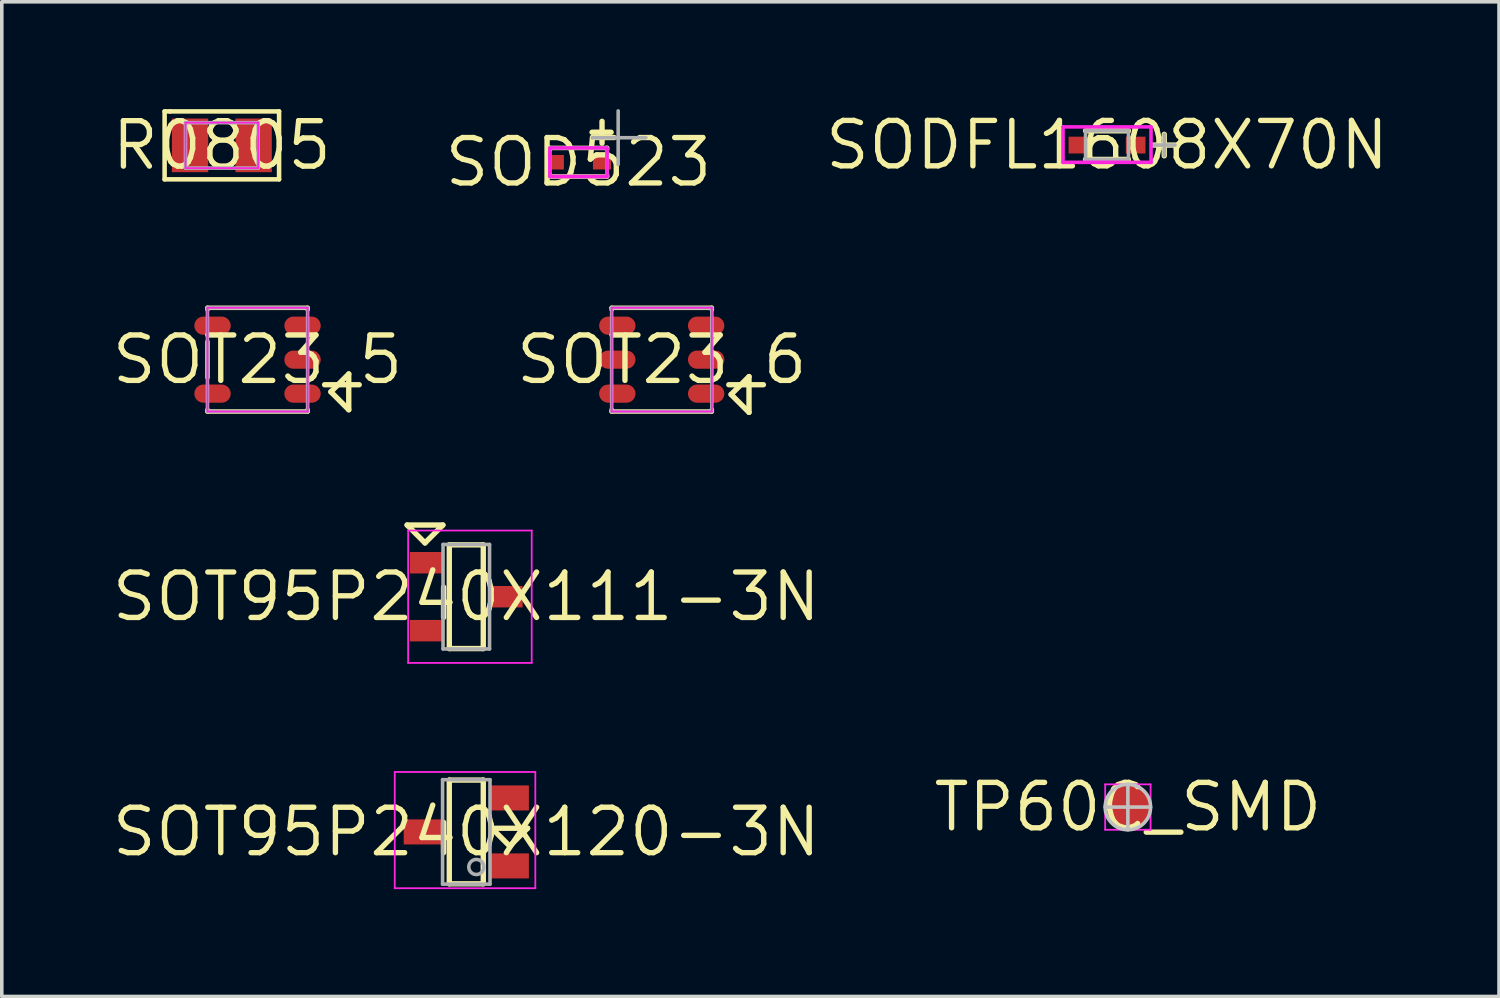
<source format=kicad_pcb>
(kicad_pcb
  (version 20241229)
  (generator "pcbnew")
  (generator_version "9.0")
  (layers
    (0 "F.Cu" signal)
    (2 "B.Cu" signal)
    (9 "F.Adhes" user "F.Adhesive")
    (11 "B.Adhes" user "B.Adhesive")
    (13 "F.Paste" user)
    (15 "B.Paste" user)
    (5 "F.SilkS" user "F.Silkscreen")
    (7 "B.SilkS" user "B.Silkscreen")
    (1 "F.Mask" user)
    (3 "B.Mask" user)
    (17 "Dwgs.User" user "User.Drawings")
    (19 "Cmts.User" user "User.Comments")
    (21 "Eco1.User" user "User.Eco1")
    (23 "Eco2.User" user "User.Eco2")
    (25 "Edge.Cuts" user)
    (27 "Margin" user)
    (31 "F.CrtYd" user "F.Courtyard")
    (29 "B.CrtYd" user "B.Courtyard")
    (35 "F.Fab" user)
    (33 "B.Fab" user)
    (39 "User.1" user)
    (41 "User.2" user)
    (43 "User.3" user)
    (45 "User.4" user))
  (footprint "SOT95P240X120-3N"
    (layer "F.Cu")
    (at 9.986 20.208)
    (property "Reference" "SOT95P240X120-3N" (at 0 0 180) (layer "F.SilkS") (effects (font (size 1.27 1.27) (thickness 0.15))))
    (fp_line (start -0.475 -1.45) (end 0.475 -1.45) (stroke (width 0.15) (type solid)) (layer "F.SilkS"))
    (fp_line (start -0.475 1.45) (end -0.475 -1.45) (stroke (width 0.15) (type solid)) (layer "F.SilkS"))
    (fp_line (start 0.475 -1.45) (end 0.475 1.45) (stroke (width 0.15) (type solid)) (layer "F.SilkS"))
    (fp_line (start 0.475 1.45) (end -0.475 1.45) (stroke (width 0.15) (type solid)) (layer "F.SilkS"))
    (fp_line (start 0.714 -0.102) (end 1.214 0.398) (stroke (width 0.15) (type solid)) (layer "F.SilkS"))
    (fp_line (start 1.214 0.398) (end 1.714 -0.102) (stroke (width 0.15) (type solid)) (layer "F.SilkS"))
    (fp_line (start 1.714 -0.102) (end 0.714 -0.102) (stroke (width 0.15) (type solid)) (layer "F.SilkS"))
    (fp_line (start -2 -1.676) (end 1.93 -1.676) (stroke (width 0.05) (type solid)) (layer "F.CrtYd"))
    (fp_line (start -2 1.575) (end -2 -1.676) (stroke (width 0.05) (type solid)) (layer "F.CrtYd"))
    (fp_line (start 1.93 -1.676) (end 1.93 1.575) (stroke (width 0.05) (type solid)) (layer "F.CrtYd"))
    (fp_line (start 1.93 1.575) (end -2 1.575) (stroke (width 0.05) (type solid)) (layer "F.CrtYd"))
    (fp_line (start -0.663 -1.46) (end 0.663 -1.46) (stroke (width 0.1) (type solid)) (layer "F.Fab"))
    (fp_line (start -0.663 1.46) (end -0.663 -1.46) (stroke (width 0.1) (type solid)) (layer "F.Fab"))
    (fp_line (start 0.663 -1.46) (end 0.663 1.46) (stroke (width 0.1) (type solid)) (layer "F.Fab"))
    (fp_line (start 0.663 1.46) (end -0.663 1.46) (stroke (width 0.1) (type solid)) (layer "F.Fab"))
    (fp_arc (start 0.069748 0.980008) (mid 0.490252 0.979992) (end 0.069748 0.980008) (stroke (width 0.1) (type solid)) (layer "F.Fab"))
    (pad "1" smd rect (at 1.2 0.95) (size 1.1 0.7) (layers "F.Cu" "F.Mask" "F.Paste"))
    (pad "2" smd rect (at 1.2 -0.95) (size 1.1 0.7) (layers "F.Cu" "F.Mask" "F.Paste"))
    (pad "3" smd rect (at -1.2 0) (size 1.1 0.7) (layers "F.Cu" "F.Mask" "F.Paste")))
  (footprint "SOD523"
    (layer "F.Cu")
    (at 13.121 1.485)
    (property "Reference" "SOD523" (at 0 0 180) (layer "F.SilkS") (effects (font (size 1.27 1.27) (thickness 0.15))))
    (fp_line (start -0.8 -0.4) (end -0.8 -0.35) (stroke (width 0.127) (type solid)) (layer "F.SilkS"))
    (fp_line (start -0.8 0.4) (end -0.8 0.35) (stroke (width 0.127) (type solid)) (layer "F.SilkS"))
    (fp_line (start 0.66 -1.143) (end 0.66 -0.533) (stroke (width 0.15) (type solid)) (layer "F.SilkS"))
    (fp_line (start 0.8 -0.4) (end -0.8 -0.4) (stroke (width 0.127) (type solid)) (layer "F.SilkS"))
    (fp_line (start 0.8 -0.35) (end 0.8 -0.4) (stroke (width 0.127) (type solid)) (layer "F.SilkS"))
    (fp_line (start 0.8 0.35) (end 0.8 0.4) (stroke (width 0.127) (type solid)) (layer "F.SilkS"))
    (fp_line (start 0.8 0.4) (end -0.8 0.4) (stroke (width 0.127) (type solid)) (layer "F.SilkS"))
    (fp_line (start 0.914 -0.838) (end 0.381 -0.838) (stroke (width 0.15) (type solid)) (layer "F.SilkS"))
    (fp_rect (start 0.8 -0.4) (end -0.8 0.4) (stroke (width 0.1) (type solid)) (fill no) (layer "F.CrtYd"))
    (fp_line (start -0.8 -0.4) (end -0.8 0.4) (stroke (width 0.1) (type solid)) (layer "F.Fab"))
    (fp_line (start -0.8 0.4) (end 0.8 0.4) (stroke (width 0.1) (type solid)) (layer "F.Fab"))
    (fp_line (start 0.8 -0.4) (end -0.8 -0.4) (stroke (width 0.1) (type solid)) (layer "F.Fab"))
    (fp_line (start 0.8 0.4) (end 0.8 -0.4) (stroke (width 0.1) (type solid)) (layer "F.Fab"))
    (fp_line (start 1.111 -1.435) (end 1.111 0.065) (stroke (width 0.1) (type solid)) (layer "F.Fab"))
    (fp_line (start 1.886 -0.685) (end 0.386 -0.685) (stroke (width 0.1) (type solid)) (layer "F.Fab"))
    (pad "1" smd rect (at 0.66 0 270) (size 0.406 0.508) (layers "F.Cu" "F.Mask" "F.Paste"))
    (pad "2" smd rect (at -0.66 0 90) (size 0.406 0.508) (layers "F.Cu" "F.Mask" "F.Paste")))
  (footprint "TP60C_SMD"
    (layer "F.Cu")
    (at 28.482 19.513)
    (property "Reference" "TP60C_SMD" (at 0 0 180) (layer "F.SilkS") (effects (font (size 1.27 1.27) (thickness 0.15))))
    (fp_line (start 0 0.635) (end 0 -0.635) (stroke (width 0.1) (type solid)) (layer "Dwgs.User"))
    (fp_line (start 0.635 0) (end -0.635 0) (stroke (width 0.1) (type solid)) (layer "Dwgs.User"))
    (fp_arc (start 0 -0.635) (mid 0 0.635) (end 0 -0.635) (stroke (width 0.1) (type solid)) (layer "Dwgs.User"))
    (fp_line (start -0.635 -0.635) (end 0.635 -0.635) (stroke (width 0.05) (type solid)) (layer "F.CrtYd"))
    (fp_line (start -0.635 0.635) (end -0.635 -0.635) (stroke (width 0.05) (type solid)) (layer "F.CrtYd"))
    (fp_line (start 0.635 -0.635) (end 0.635 0.635) (stroke (width 0.05) (type solid)) (layer "F.CrtYd"))
    (fp_line (start 0.635 0.635) (end -0.635 0.635) (stroke (width 0.05) (type solid)) (layer "F.CrtYd"))
    (pad "1" smd circle (at 0 0) (size 1.27 1.27) (layers "F.Cu" "F.Mask" "F.Paste")))
  (footprint "R0805"
    (layer "F.Cu")
    (at 3.152 1.014)
    (property "Reference" "R0805" (at 0 0 0) (layer "F.SilkS") (effects (font (size 1.27 1.27) (thickness 0.15))))
    (fp_line (start -1.6 -0.95) (end -1.45 -0.95) (stroke (width 0.127) (type solid)) (layer "F.SilkS"))
    (fp_line (start -1.6 0.95) (end -1.6 -0.95) (stroke (width 0.127) (type solid)) (layer "F.SilkS"))
    (fp_line (start -1.45 -0.95) (end 1.6 -0.95) (stroke (width 0.127) (type solid)) (layer "F.SilkS"))
    (fp_line (start 1.6 -0.95) (end 1.6 0.95) (stroke (width 0.127) (type solid)) (layer "F.SilkS"))
    (fp_line (start 1.6 0.95) (end -1.6 0.95) (stroke (width 0.127) (type solid)) (layer "F.SilkS"))
    (fp_line (start -1.016 -0.635) (end 1.016 -0.635) (stroke (width 0.05) (type solid)) (layer "F.CrtYd"))
    (fp_line (start -1.016 0.635) (end -1.016 -0.635) (stroke (width 0.05) (type solid)) (layer "F.CrtYd"))
    (fp_line (start 1.016 -0.635) (end 1.016 0.635) (stroke (width 0.05) (type solid)) (layer "F.CrtYd"))
    (fp_line (start 1.016 0.635) (end -1.016 0.635) (stroke (width 0.05) (type solid)) (layer "F.CrtYd"))
    (fp_line (start -1.016 -0.635) (end 1.016 -0.635) (stroke (width 0.1) (type solid)) (layer "F.Fab"))
    (fp_line (start -1.016 0.635) (end -1.016 -0.635) (stroke (width 0.1) (type solid)) (layer "F.Fab"))
    (fp_line (start 1.016 -0.635) (end 1.016 0.635) (stroke (width 0.1) (type solid)) (layer "F.Fab"))
    (fp_line (start 1.016 0.635) (end -1.016 0.635) (stroke (width 0.1) (type solid)) (layer "F.Fab"))
    (pad "1" smd rect (at -0.889 0) (size 1.016 1.499) (layers "F.Cu" "F.Mask" "F.Paste"))
    (pad "2" smd rect (at 0.889 0 180) (size 1.016 1.499) (layers "F.Cu" "F.Mask" "F.Paste")))
  (footprint "SOT23_6"
    (layer "F.Cu")
    (at 15.45 7.005)
    (property "Reference" "SOT23_6" (at 0 0 0) (layer "F.SilkS") (effects (font (size 1.27 1.27) (thickness 0.15))))
    (fp_line (start -1.4 -1.45) (end -1.4 -1.4) (stroke (width 0.127) (type solid)) (layer "F.SilkS"))
    (fp_line (start -1.4 1.45) (end -1.4 1.4) (stroke (width 0.127) (type solid)) (layer "F.SilkS"))
    (fp_line (start 1.4 -1.45) (end -1.4 -1.45) (stroke (width 0.127) (type solid)) (layer "F.SilkS"))
    (fp_line (start 1.4 -1.4) (end 1.4 -1.45) (stroke (width 0.127) (type solid)) (layer "F.SilkS"))
    (fp_line (start 1.4 1.4) (end 1.4 1.45) (stroke (width 0.127) (type solid)) (layer "F.SilkS"))
    (fp_line (start 1.4 1.45) (end -1.4 1.45) (stroke (width 0.127) (type solid)) (layer "F.SilkS"))
    (fp_line (start 1.94 0.973) (end 2.44 1.473) (stroke (width 0.15) (type solid)) (layer "F.SilkS"))
    (fp_line (start 2.44 0.473) (end 1.94 0.973) (stroke (width 0.15) (type solid)) (layer "F.SilkS"))
    (fp_line (start 2.44 1.473) (end 2.44 0.473) (stroke (width 0.15) (type solid)) (layer "F.SilkS"))
    (fp_line (start -1.4 -1.45) (end -1.4 1.45) (stroke (width 0.05) (type solid)) (layer "F.CrtYd"))
    (fp_line (start -1.4 1.45) (end 1.4 1.45) (stroke (width 0.05) (type solid)) (layer "F.CrtYd"))
    (fp_line (start 1.4 -1.45) (end -1.4 -1.45) (stroke (width 0.05) (type solid)) (layer "F.CrtYd"))
    (fp_line (start 1.4 1.45) (end 1.4 -1.45) (stroke (width 0.05) (type solid)) (layer "F.CrtYd"))
    (fp_line (start -1.4 -1.45) (end -1.4 1.45) (stroke (width 0.1) (type solid)) (layer "F.Fab"))
    (fp_line (start -1.4 1.45) (end 1.4 1.45) (stroke (width 0.1) (type solid)) (layer "F.Fab"))
    (fp_line (start 1.4 -1.45) (end -1.4 -1.45) (stroke (width 0.1) (type solid)) (layer "F.Fab"))
    (fp_line (start 1.4 1.45) (end 1.4 -1.45) (stroke (width 0.1) (type solid)) (layer "F.Fab"))
    (pad "1" smd oval (at 1.242 0.95 90) (size 0.508 1.016) (layers "F.Cu" "F.Mask" "F.Paste"))
    (pad "2" smd oval (at 1.242 0 90) (size 0.508 1.016) (layers "F.Cu" "F.Mask" "F.Paste"))
    (pad "3" smd oval (at 1.242 -0.95 90) (size 0.508 1.016) (layers "F.Cu" "F.Mask" "F.Paste"))
    (pad "4" smd oval (at -1.242 -0.95 270) (size 0.508 1.016) (layers "F.Cu" "F.Mask" "F.Paste"))
    (pad "5" smd oval (at -1.242 0 270) (size 0.508 1.016) (layers "F.Cu" "F.Mask" "F.Paste"))
    (pad "6" smd oval (at -1.242 0.95 270) (size 0.508 1.016) (layers "F.Cu" "F.Mask" "F.Paste")))
  (footprint "SOT95P240X111-3N"
    (layer "F.Cu")
    (at 9.986 13.632)
    (property "Reference" "SOT95P240X111-3N" (at 0 0 0) (layer "F.SilkS") (effects (font (size 1.27 1.27) (thickness 0.15))))
    (fp_line (start -1.654 -2.004) (end -1.154 -1.504) (stroke (width 0.15) (type solid)) (layer "F.SilkS"))
    (fp_line (start -1.154 -1.504) (end -0.654 -2.004) (stroke (width 0.15) (type solid)) (layer "F.SilkS"))
    (fp_line (start -0.654 -2.004) (end -1.654 -2.004) (stroke (width 0.15) (type solid)) (layer "F.SilkS"))
    (fp_line (start -0.475 -1.45) (end 0.475 -1.45) (stroke (width 0.15) (type solid)) (layer "F.SilkS"))
    (fp_line (start -0.475 1.45) (end -0.475 -1.45) (stroke (width 0.15) (type solid)) (layer "F.SilkS"))
    (fp_line (start 0.475 -1.45) (end 0.475 1.45) (stroke (width 0.15) (type solid)) (layer "F.SilkS"))
    (fp_line (start 0.475 1.45) (end -0.475 1.45) (stroke (width 0.15) (type solid)) (layer "F.SilkS"))
    (fp_line (start -1.626 -1.85) (end 1.829 -1.85) (stroke (width 0.05) (type solid)) (layer "F.CrtYd"))
    (fp_line (start -1.626 1.85) (end -1.626 -1.85) (stroke (width 0.05) (type solid)) (layer "F.CrtYd"))
    (fp_line (start 1.829 -1.85) (end 1.829 1.85) (stroke (width 0.05) (type solid)) (layer "F.CrtYd"))
    (fp_line (start 1.829 1.85) (end -1.626 1.85) (stroke (width 0.05) (type solid)) (layer "F.CrtYd"))
    (fp_line (start -0.65 -1.46) (end 0.65 -1.46) (stroke (width 0.1) (type solid)) (layer "F.Fab"))
    (fp_line (start -0.65 1.46) (end -0.65 -1.46) (stroke (width 0.1) (type solid)) (layer "F.Fab"))
    (fp_line (start 0.65 -1.46) (end 0.65 1.46) (stroke (width 0.1) (type solid)) (layer "F.Fab"))
    (fp_line (start 0.65 1.46) (end -0.65 1.46) (stroke (width 0.1) (type solid)) (layer "F.Fab"))
    (pad "1" smd rect (at -1.1 -0.95) (size 0.95 0.6) (layers "F.Cu" "F.Mask" "F.Paste"))
    (pad "2" smd rect (at -1.1 0.95) (size 0.95 0.6) (layers "F.Cu" "F.Mask" "F.Paste"))
    (pad "3" smd rect (at 1.1 0) (size 0.95 0.6) (layers "F.Cu" "F.Mask" "F.Paste")))
  (footprint "SODFL1608X70N"
    (layer "F.Cu")
    (at 27.899 1.006)
    (property "Reference" "SODFL1608X70N" (at 0 0 0) (layer "F.SilkS") (effects (font (size 1.27 1.27) (thickness 0.15))))
    (fp_line (start 0.6 -0.4) (end -0.6 -0.4) (stroke (width 0.15) (type solid)) (layer "F.SilkS"))
    (fp_line (start 0.6 0.4) (end -0.6 0.4) (stroke (width 0.15) (type solid)) (layer "F.SilkS"))
    (fp_line (start 1.6 0.3) (end 1.6 -0.3) (stroke (width 0.15) (type solid)) (layer "F.SilkS"))
    (fp_line (start 1.9 0) (end 1.3 0) (stroke (width 0.15) (type solid)) (layer "F.SilkS"))
    (fp_line (start -1.23 -0.508) (end 1.23 -0.508) (stroke (width 0.1) (type solid)) (layer "F.CrtYd"))
    (fp_line (start -1.23 0.483) (end -1.23 -0.508) (stroke (width 0.1) (type solid)) (layer "F.CrtYd"))
    (fp_line (start 1.23 -0.508) (end 1.23 0.483) (stroke (width 0.1) (type solid)) (layer "F.CrtYd"))
    (fp_line (start 1.23 0.483) (end -1.23 0.483) (stroke (width 0.1) (type solid)) (layer "F.CrtYd"))
    (fp_line (start -0.6 -0.4) (end 0.6 -0.4) (stroke (width 0.1) (type solid)) (layer "F.Fab"))
    (fp_line (start -0.6 0.4) (end -0.6 -0.4) (stroke (width 0.1) (type solid)) (layer "F.Fab"))
    (fp_line (start 0.6 -0.4) (end 0.6 0.4) (stroke (width 0.1) (type solid)) (layer "F.Fab"))
    (fp_line (start 0.6 0.4) (end -0.6 0.4) (stroke (width 0.1) (type solid)) (layer "F.Fab"))
    (fp_line (start 1.6 0.3) (end 1.6 -0.3) (stroke (width 0.1) (type solid)) (layer "F.Fab"))
    (fp_line (start 1.9 0) (end 1.3 0) (stroke (width 0.1) (type solid)) (layer "F.Fab"))
    (pad "1" smd rect (at 0.8 0 180) (size 0.55 0.47) (layers "F.Cu" "F.Mask" "F.Paste"))
    (pad "2" smd rect (at -0.8 0 180) (size 0.55 0.47) (layers "F.Cu" "F.Mask" "F.Paste")))
  (footprint "SOT23_5"
    (layer "F.Cu")
    (at 4.15 7.005)
    (property "Reference" "SOT23_5" (at 0 0 180) (layer "F.SilkS") (effects (font (size 1.27 1.27) (thickness 0.15))))
    (fp_line (start -1.4 -1.45) (end -1.4 -1.4) (stroke (width 0.127) (type solid)) (layer "F.SilkS"))
    (fp_line (start -1.4 0.5) (end -1.4 -0.5) (stroke (width 0.127) (type solid)) (layer "F.SilkS"))
    (fp_line (start -1.4 1.45) (end -1.4 1.4) (stroke (width 0.127) (type solid)) (layer "F.SilkS"))
    (fp_line (start 1.4 -1.45) (end -1.4 -1.45) (stroke (width 0.127) (type solid)) (layer "F.SilkS"))
    (fp_line (start 1.4 -1.4) (end 1.4 -1.45) (stroke (width 0.127) (type solid)) (layer "F.SilkS"))
    (fp_line (start 1.4 1.4) (end 1.4 1.45) (stroke (width 0.127) (type solid)) (layer "F.SilkS"))
    (fp_line (start 1.4 1.45) (end -1.4 1.45) (stroke (width 0.127) (type solid)) (layer "F.SilkS"))
    (fp_line (start 2.05 0.9) (end 2.55 1.4) (stroke (width 0.15) (type solid)) (layer "F.SilkS"))
    (fp_line (start 2.55 0.4) (end 2.05 0.9) (stroke (width 0.15) (type solid)) (layer "F.SilkS"))
    (fp_line (start 2.55 1.4) (end 2.55 0.4) (stroke (width 0.15) (type solid)) (layer "F.SilkS"))
    (fp_line (start -1.4 -1.45) (end -1.4 1.45) (stroke (width 0.05) (type solid)) (layer "F.CrtYd"))
    (fp_line (start -1.4 1.45) (end 1.4 1.45) (stroke (width 0.05) (type solid)) (layer "F.CrtYd"))
    (fp_line (start 1.4 -1.45) (end -1.4 -1.45) (stroke (width 0.05) (type solid)) (layer "F.CrtYd"))
    (fp_line (start 1.4 1.45) (end 1.4 -1.45) (stroke (width 0.05) (type solid)) (layer "F.CrtYd"))
    (fp_line (start -1.4 -1.45) (end -1.4 1.45) (stroke (width 0.1) (type solid)) (layer "F.Fab"))
    (fp_line (start -1.4 1.45) (end 1.4 1.45) (stroke (width 0.1) (type solid)) (layer "F.Fab"))
    (fp_line (start 1.4 -1.45) (end -1.4 -1.45) (stroke (width 0.1) (type solid)) (layer "F.Fab"))
    (fp_line (start 1.4 1.45) (end 1.4 -1.45) (stroke (width 0.1) (type solid)) (layer "F.Fab"))
    (pad "1" smd oval (at 1.258 0.95 90) (size 0.508 1.016) (layers "F.Cu" "F.Mask" "F.Paste"))
    (pad "2" smd oval (at 1.258 0 90) (size 0.508 1.016) (layers "F.Cu" "F.Mask" "F.Paste"))
    (pad "3" smd oval (at 1.258 -0.95 90) (size 0.508 1.016) (layers "F.Cu" "F.Mask" "F.Paste"))
    (pad "4" smd oval (at -1.258 -0.95 270) (size 0.508 1.016) (layers "F.Cu" "F.Mask" "F.Paste"))
    (pad "5" smd oval (at -1.258 0.95 270) (size 0.508 1.016) (layers "F.Cu" "F.Mask" "F.Paste")))
  (gr_rect
    (start -3 -3)
    (end 38.858 24.808)
    (stroke (width 0.1) (type default))
    (fill no)
    (layer "Edge.Cuts")))
</source>
